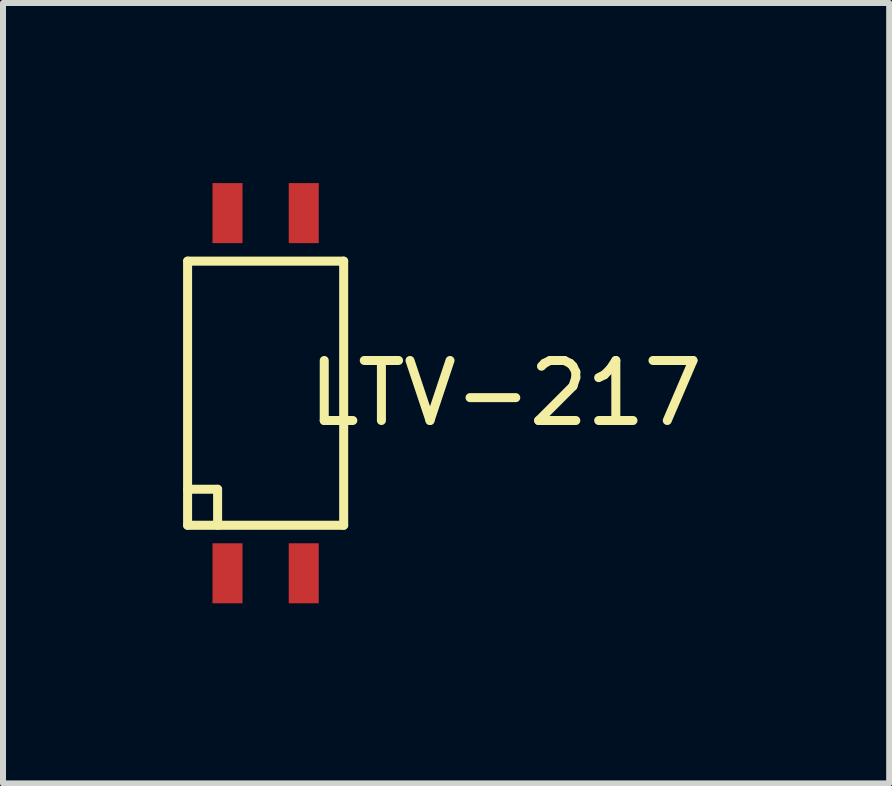
<source format=kicad_pcb>
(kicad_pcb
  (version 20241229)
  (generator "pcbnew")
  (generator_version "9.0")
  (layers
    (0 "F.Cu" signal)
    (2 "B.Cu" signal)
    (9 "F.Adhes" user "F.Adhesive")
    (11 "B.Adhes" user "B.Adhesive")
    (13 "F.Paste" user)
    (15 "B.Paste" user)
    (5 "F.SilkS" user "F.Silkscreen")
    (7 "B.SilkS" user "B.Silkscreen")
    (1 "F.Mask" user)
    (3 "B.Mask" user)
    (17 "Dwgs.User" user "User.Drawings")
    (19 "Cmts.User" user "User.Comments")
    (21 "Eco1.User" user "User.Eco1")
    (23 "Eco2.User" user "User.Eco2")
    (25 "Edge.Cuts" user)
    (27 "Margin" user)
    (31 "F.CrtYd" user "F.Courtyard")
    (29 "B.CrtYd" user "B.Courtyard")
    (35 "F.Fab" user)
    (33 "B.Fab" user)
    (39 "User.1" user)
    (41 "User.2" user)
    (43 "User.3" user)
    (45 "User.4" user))
  (footprint "LTV-217"
    (layer "F.Cu")
    (at 1.375 3.5)
    (property "Reference" "LTV-217" (at 4 0 0) (layer "F.SilkS") (effects (font (size 1 1) (thickness 0.15))))
    (attr through_hole)
    (fp_line (start -1.3 -2.2) (end -1.3 2.2) (stroke (width 0.15) (type solid)) (layer "F.SilkS"))
    (fp_line (start -1.3 -2.2) (end 1.3 -2.2) (stroke (width 0.15) (type solid)) (layer "F.SilkS"))
    (fp_line (start -1.3 1.6) (end -0.8 1.6) (stroke (width 0.15) (type solid)) (layer "F.SilkS"))
    (fp_line (start -0.8 1.6) (end -0.8 2.2) (stroke (width 0.15) (type solid)) (layer "F.SilkS"))
    (fp_line (start 1.3 -2.2) (end 1.3 2.2) (stroke (width 0.15) (type solid)) (layer "F.SilkS"))
    (fp_line (start 1.3 2.2) (end -1.3 2.2) (stroke (width 0.15) (type solid)) (layer "F.SilkS"))
    (pad "1" smd rect (at -0.635 3) (size 0.5 1) (layers "F.Cu" "F.Mask" "F.Paste"))
    (pad "2" smd rect (at 0.635 3) (size 0.5 1) (layers "F.Cu" "F.Mask" "F.Paste"))
    (pad "3" smd rect (at 0.635 -3) (size 0.5 1) (layers "F.Cu" "F.Mask" "F.Paste"))
    (pad "4" smd rect (at -0.635 -3) (size 0.5 1) (layers "F.Cu" "F.Mask" "F.Paste")))
  (gr_rect
    (start -3 -3)
    (end 11.762 10)
    (stroke (width 0.1) (type default))
    (fill no)
    (layer "Edge.Cuts")))
</source>
